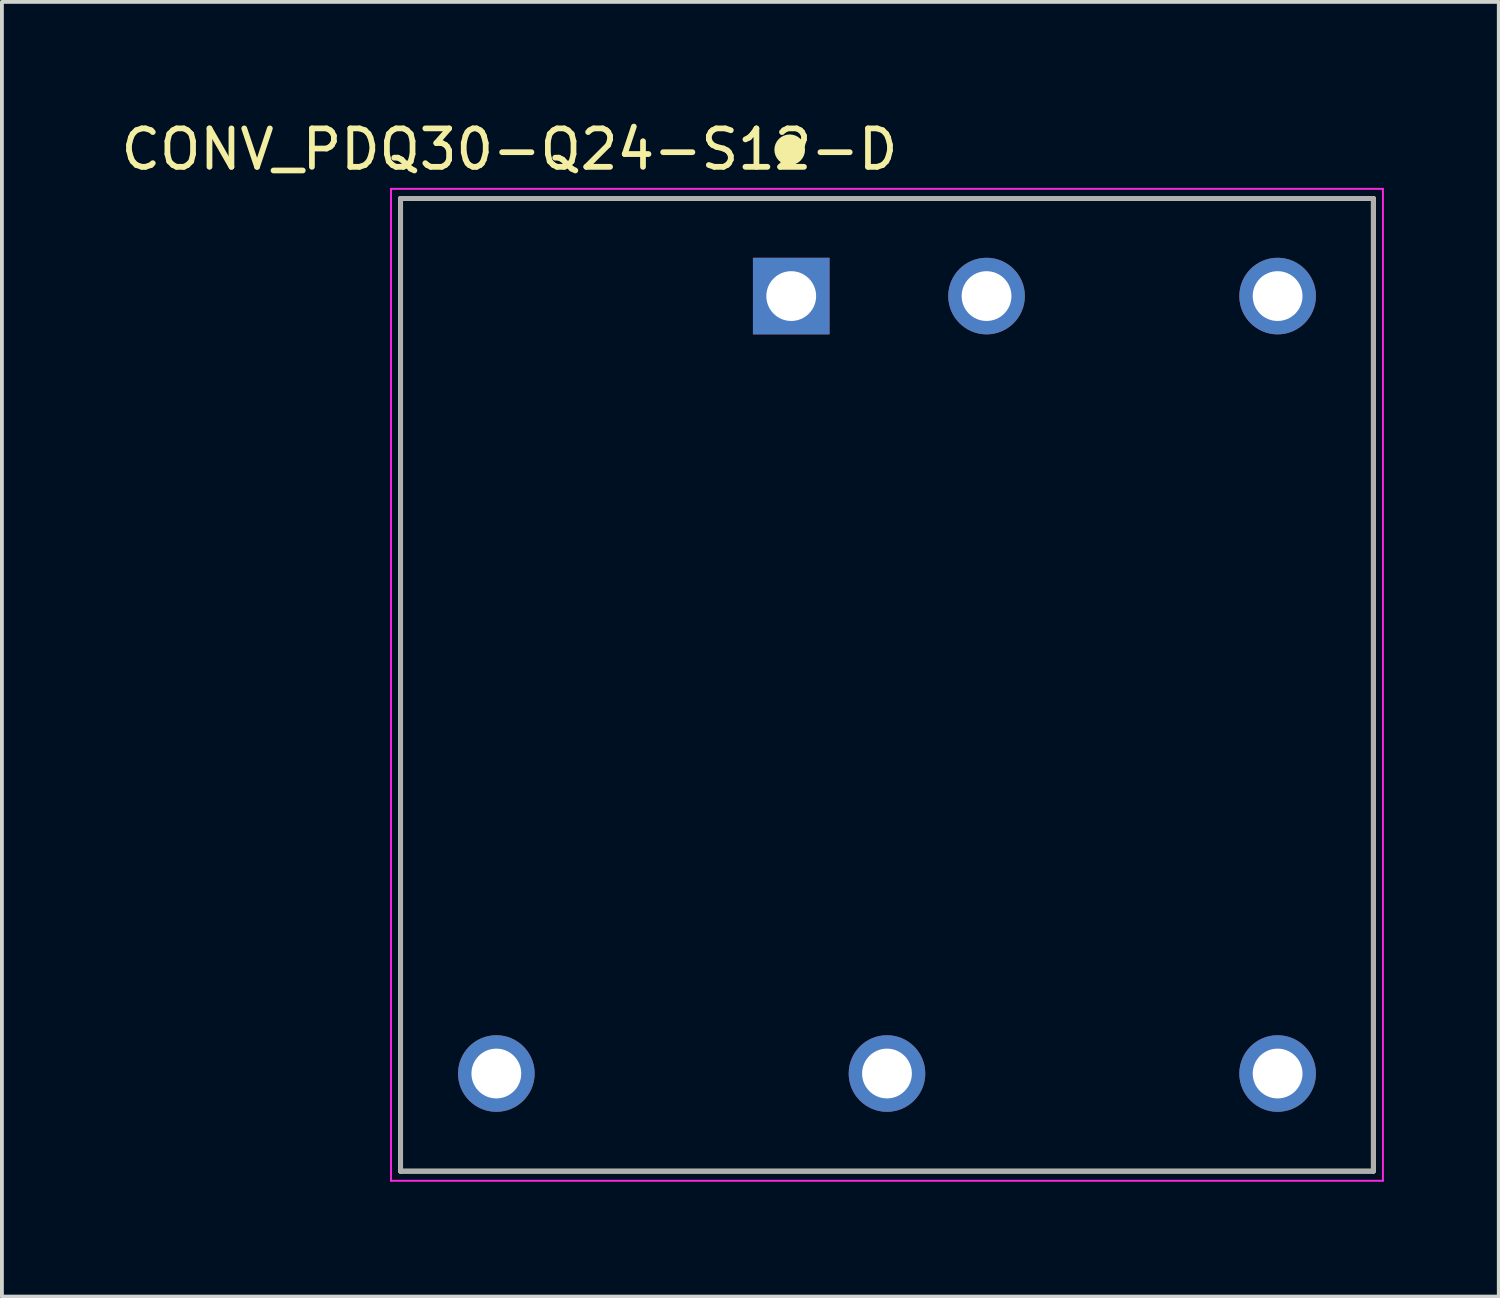
<source format=kicad_pcb>
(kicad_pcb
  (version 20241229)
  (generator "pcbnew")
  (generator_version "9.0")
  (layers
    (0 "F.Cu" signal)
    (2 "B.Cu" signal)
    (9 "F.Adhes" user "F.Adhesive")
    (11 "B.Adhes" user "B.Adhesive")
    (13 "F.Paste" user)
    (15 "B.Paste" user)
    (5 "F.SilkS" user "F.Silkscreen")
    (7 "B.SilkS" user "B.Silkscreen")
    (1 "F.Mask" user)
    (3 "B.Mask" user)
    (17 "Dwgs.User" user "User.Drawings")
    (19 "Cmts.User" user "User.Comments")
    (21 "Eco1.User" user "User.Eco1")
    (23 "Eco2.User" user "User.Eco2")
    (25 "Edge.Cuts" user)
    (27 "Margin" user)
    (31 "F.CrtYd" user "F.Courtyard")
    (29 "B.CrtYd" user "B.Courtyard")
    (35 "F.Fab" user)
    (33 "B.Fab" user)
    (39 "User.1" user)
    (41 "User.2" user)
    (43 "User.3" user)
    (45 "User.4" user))
  (footprint "CONV_PDQ30-Q24-S12-D"
    (layer "F.Cu")
    (at 20.11 14.831)
    (property "Reference" "CONV_PDQ30-Q24-S12-D" (at -9.857 -13.981 0) (layer "F.SilkS") (effects (font (size 1.003 1.003) (thickness 0.15))))
    (attr through_hole)
    (fp_line (start -12.7 -12.7) (end 12.7 -12.7) (stroke (width 0.127) (type solid)) (layer "F.SilkS"))
    (fp_line (start -12.7 12.7) (end -12.7 -12.7) (stroke (width 0.127) (type solid)) (layer "F.SilkS"))
    (fp_line (start 12.7 -12.7) (end 12.7 12.7) (stroke (width 0.127) (type solid)) (layer "F.SilkS"))
    (fp_line (start 12.7 12.7) (end -12.7 12.7) (stroke (width 0.127) (type solid)) (layer "F.SilkS"))
    (fp_circle (center -2.54 -13.97) (end -2.34 -13.97) (stroke (width 0.4) (type solid)) (fill no) (layer "F.SilkS"))
    (fp_line (start -12.95 -12.95) (end 12.95 -12.95) (stroke (width 0.05) (type solid)) (layer "F.CrtYd"))
    (fp_line (start -12.95 12.95) (end -12.95 -12.95) (stroke (width 0.05) (type solid)) (layer "F.CrtYd"))
    (fp_line (start 12.95 -12.95) (end 12.95 12.95) (stroke (width 0.05) (type solid)) (layer "F.CrtYd"))
    (fp_line (start 12.95 12.95) (end -12.95 12.95) (stroke (width 0.05) (type solid)) (layer "F.CrtYd"))
    (fp_line (start -12.7 -12.7) (end 12.7 -12.7) (stroke (width 0.127) (type solid)) (layer "F.Fab"))
    (fp_line (start -12.7 12.7) (end -12.7 -12.7) (stroke (width 0.127) (type solid)) (layer "F.Fab"))
    (fp_line (start 12.7 -12.7) (end 12.7 12.7) (stroke (width 0.127) (type solid)) (layer "F.Fab"))
    (fp_line (start 12.7 12.7) (end -12.7 12.7) (stroke (width 0.127) (type solid)) (layer "F.Fab"))
    (fp_circle (center -2.54 -10.16) (end -2.34 -10.16) (stroke (width 0.4) (type solid)) (fill no) (layer "F.Fab"))
    (pad "1" thru_hole rect (at -2.5 -10.15) (size 2 2) (drill 1.3) (layers "*.Cu" "*.Mask"))
    (pad "2" thru_hole circle (at 2.6 -10.15) (size 2 2) (drill 1.3) (layers "*.Cu" "*.Mask"))
    (pad "3" thru_hole circle (at -10.2 10.15) (size 2 2) (drill 1.3) (layers "*.Cu" "*.Mask"))
    (pad "4" thru_hole circle (at 0 10.15) (size 2 2) (drill 1.3) (layers "*.Cu" "*.Mask"))
    (pad "5" thru_hole circle (at 10.2 10.15) (size 2 2) (drill 1.3) (layers "*.Cu" "*.Mask"))
    (pad "6" thru_hole circle (at 10.2 -10.15) (size 2 2) (drill 1.3) (layers "*.Cu" "*.Mask")))
  (gr_rect
    (start -3 -3)
    (end 36.085 30.806)
    (stroke (width 0.1) (type default))
    (fill no)
    (layer "Edge.Cuts")))
</source>
